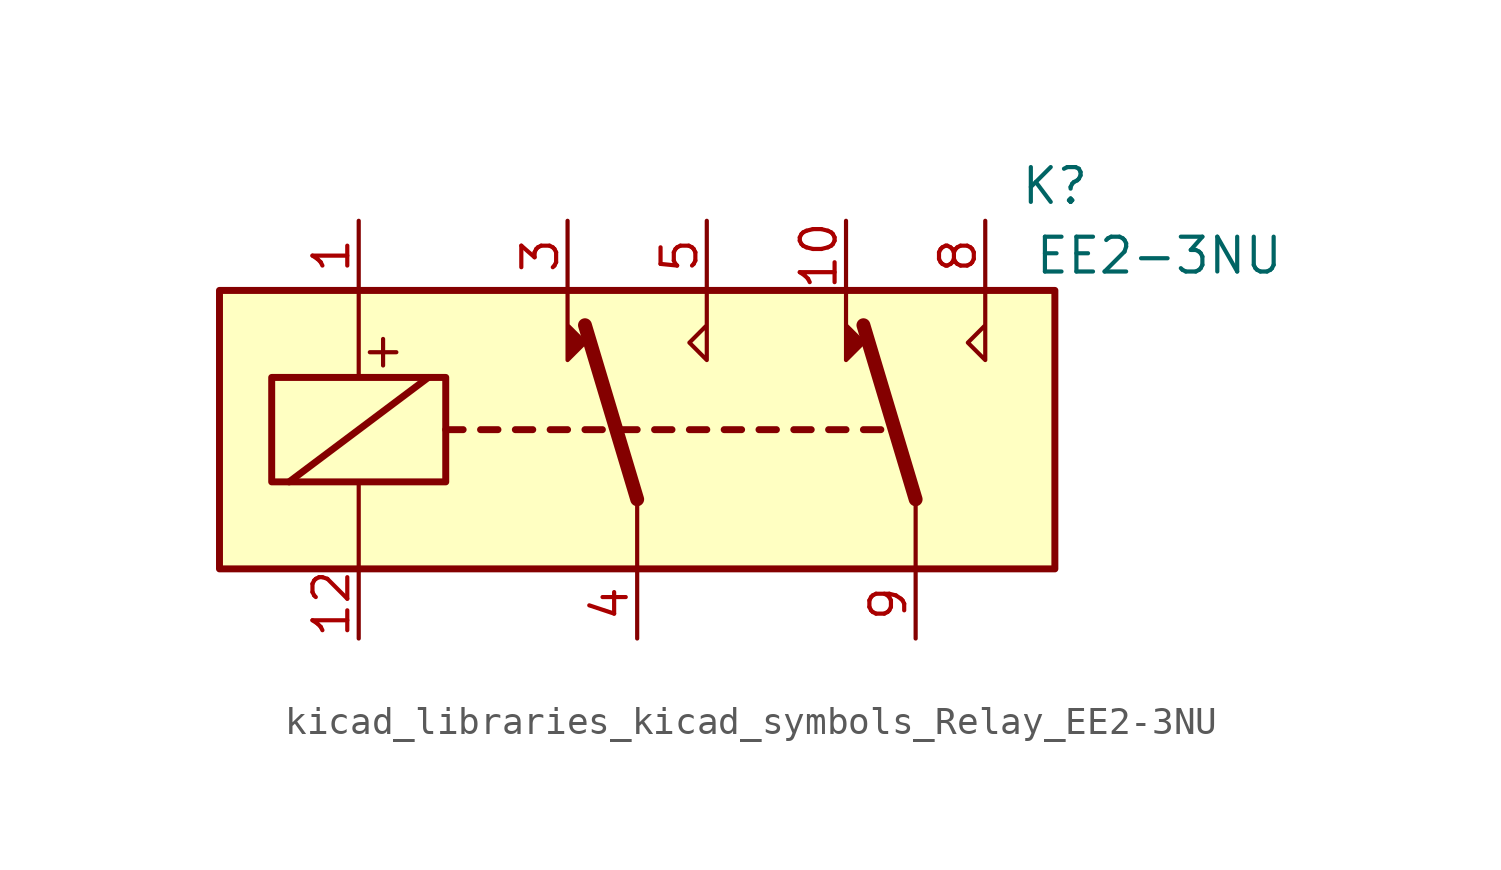
<source format=kicad_sym>
(kicad_symbol_lib
  (version 20220914)
  (generator kicad_symbol_editor)
  (symbol "kicad_libraries_kicad_symbols_Relay_EE2-3NU"
    (property "Reference" "K"
      (at 15.24 8.89 0)
      (effects (font (size 1.27 1.27))))
    (property "Value" "EE2-3NU"
      (at 19.05 6.35 0)
      (effects (font (size 1.27 1.27))))
    (symbol "kicad_libraries_kicad_symbols_Relay_EE2-3NU_1_1"
      (rectangle (start -15.24 5.08) (end 15.24 -5.08) (stroke (width 0.254) (type default)) (fill (type background)))
      (rectangle (start -13.335 1.905) (end -6.985 -1.905) (stroke (width 0.254) (type default)) (fill (type none)))
      (polyline (pts (xy -12.7 -1.905) (xy -7.62 1.905)) (stroke (width 0.254) (type default)) (fill (type none)))
      (polyline (pts (xy -10.16 -5.08) (xy -10.16 -1.905)) (stroke (width 0) (type default)) (fill (type none)))
      (polyline (pts (xy -10.16 5.08) (xy -10.16 1.905)) (stroke (width 0) (type default)) (fill (type none)))
      (polyline (pts (xy -6.985 0) (xy -6.35 0)) (stroke (width 0.254) (type default)) (fill (type none)))
      (polyline (pts (xy -5.715 0) (xy -5.08 0)) (stroke (width 0.254) (type default)) (fill (type none)))
      (polyline (pts (xy -4.445 0) (xy -3.81 0)) (stroke (width 0.254) (type default)) (fill (type none)))
      (polyline (pts (xy -3.175 0) (xy -2.54 0)) (stroke (width 0.254) (type default)) (fill (type none)))
      (polyline (pts (xy -1.905 0) (xy -1.27 0)) (stroke (width 0.254) (type default)) (fill (type none)))
      (polyline (pts (xy -0.635 0) (xy 0 0)) (stroke (width 0.254) (type default)) (fill (type none)))
      (polyline (pts (xy 0 -2.54) (xy -1.905 3.81)) (stroke (width 0.508) (type default)) (fill (type none)))
      (polyline (pts (xy 0 -2.54) (xy 0 -5.08)) (stroke (width 0) (type default)) (fill (type none)))
      (polyline (pts (xy 0.635 0) (xy 1.27 0)) (stroke (width 0.254) (type default)) (fill (type none)))
      (polyline (pts (xy 1.905 0) (xy 2.54 0)) (stroke (width 0.254) (type default)) (fill (type none)))
      (polyline (pts (xy 3.175 0) (xy 3.81 0)) (stroke (width 0.254) (type default)) (fill (type none)))
      (polyline (pts (xy 4.445 0) (xy 5.08 0)) (stroke (width 0.254) (type default)) (fill (type none)))
      (polyline (pts (xy 5.715 0) (xy 6.35 0)) (stroke (width 0.254) (type default)) (fill (type none)))
      (polyline (pts (xy 6.985 0) (xy 7.62 0)) (stroke (width 0.254) (type default)) (fill (type none)))
      (polyline (pts (xy 8.255 0) (xy 8.89 0)) (stroke (width 0.254) (type default)) (fill (type none)))
      (polyline (pts (xy 10.16 -2.54) (xy 8.255 3.81)) (stroke (width 0.508) (type default)) (fill (type none)))
      (polyline (pts (xy 10.16 -2.54) (xy 10.16 -5.08)) (stroke (width 0) (type default)) (fill (type none)))
      (polyline (pts (xy -2.54 5.08) (xy -2.54 2.54) (xy -1.905 3.175) (xy -2.54 3.81)) (stroke (width 0) (type default)) (fill (type outline)))
      (polyline (pts (xy 2.54 5.08) (xy 2.54 2.54) (xy 1.905 3.175) (xy 2.54 3.81)) (stroke (width 0) (type default)) (fill (type none)))
      (polyline (pts (xy 7.62 5.08) (xy 7.62 2.54) (xy 8.255 3.175) (xy 7.62 3.81)) (stroke (width 0) (type default)) (fill (type outline)))
      (polyline (pts (xy 12.7 5.08) (xy 12.7 2.54) (xy 12.065 3.175) (xy 12.7 3.81)) (stroke (width 0) (type default)) (fill (type none)))
      (text "+" (at -9.271 2.921 0) (effects (font (size 1.27 1.27))))
      (pin passive line (at -10.16 7.62 270) (length 2.54) (name "~" (effects (font (size 1.27 1.27)))) (number "1" (effects (font (size 1.27 1.27)))))
      (pin passive line (at 7.62 7.62 270) (length 2.54) (name "~" (effects (font (size 1.27 1.27)))) (number "10" (effects (font (size 1.27 1.27)))))
      (pin passive line (at -10.16 -7.62 90) (length 2.54) (name "~" (effects (font (size 1.27 1.27)))) (number "12" (effects (font (size 1.27 1.27)))))
      (pin passive line (at -2.54 7.62 270) (length 2.54) (name "~" (effects (font (size 1.27 1.27)))) (number "3" (effects (font (size 1.27 1.27)))))
      (pin passive line (at 0 -7.62 90) (length 2.54) (name "~" (effects (font (size 1.27 1.27)))) (number "4" (effects (font (size 1.27 1.27)))))
      (pin passive line (at 2.54 7.62 270) (length 2.54) (name "~" (effects (font (size 1.27 1.27)))) (number "5" (effects (font (size 1.27 1.27)))))
      (pin passive line (at 12.7 7.62 270) (length 2.54) (name "~" (effects (font (size 1.27 1.27)))) (number "8" (effects (font (size 1.27 1.27)))))
      (pin passive line (at 10.16 -7.62 90) (length 2.54) (name "~" (effects (font (size 1.27 1.27)))) (number "9" (effects (font (size 1.27 1.27))))))))
</source>
